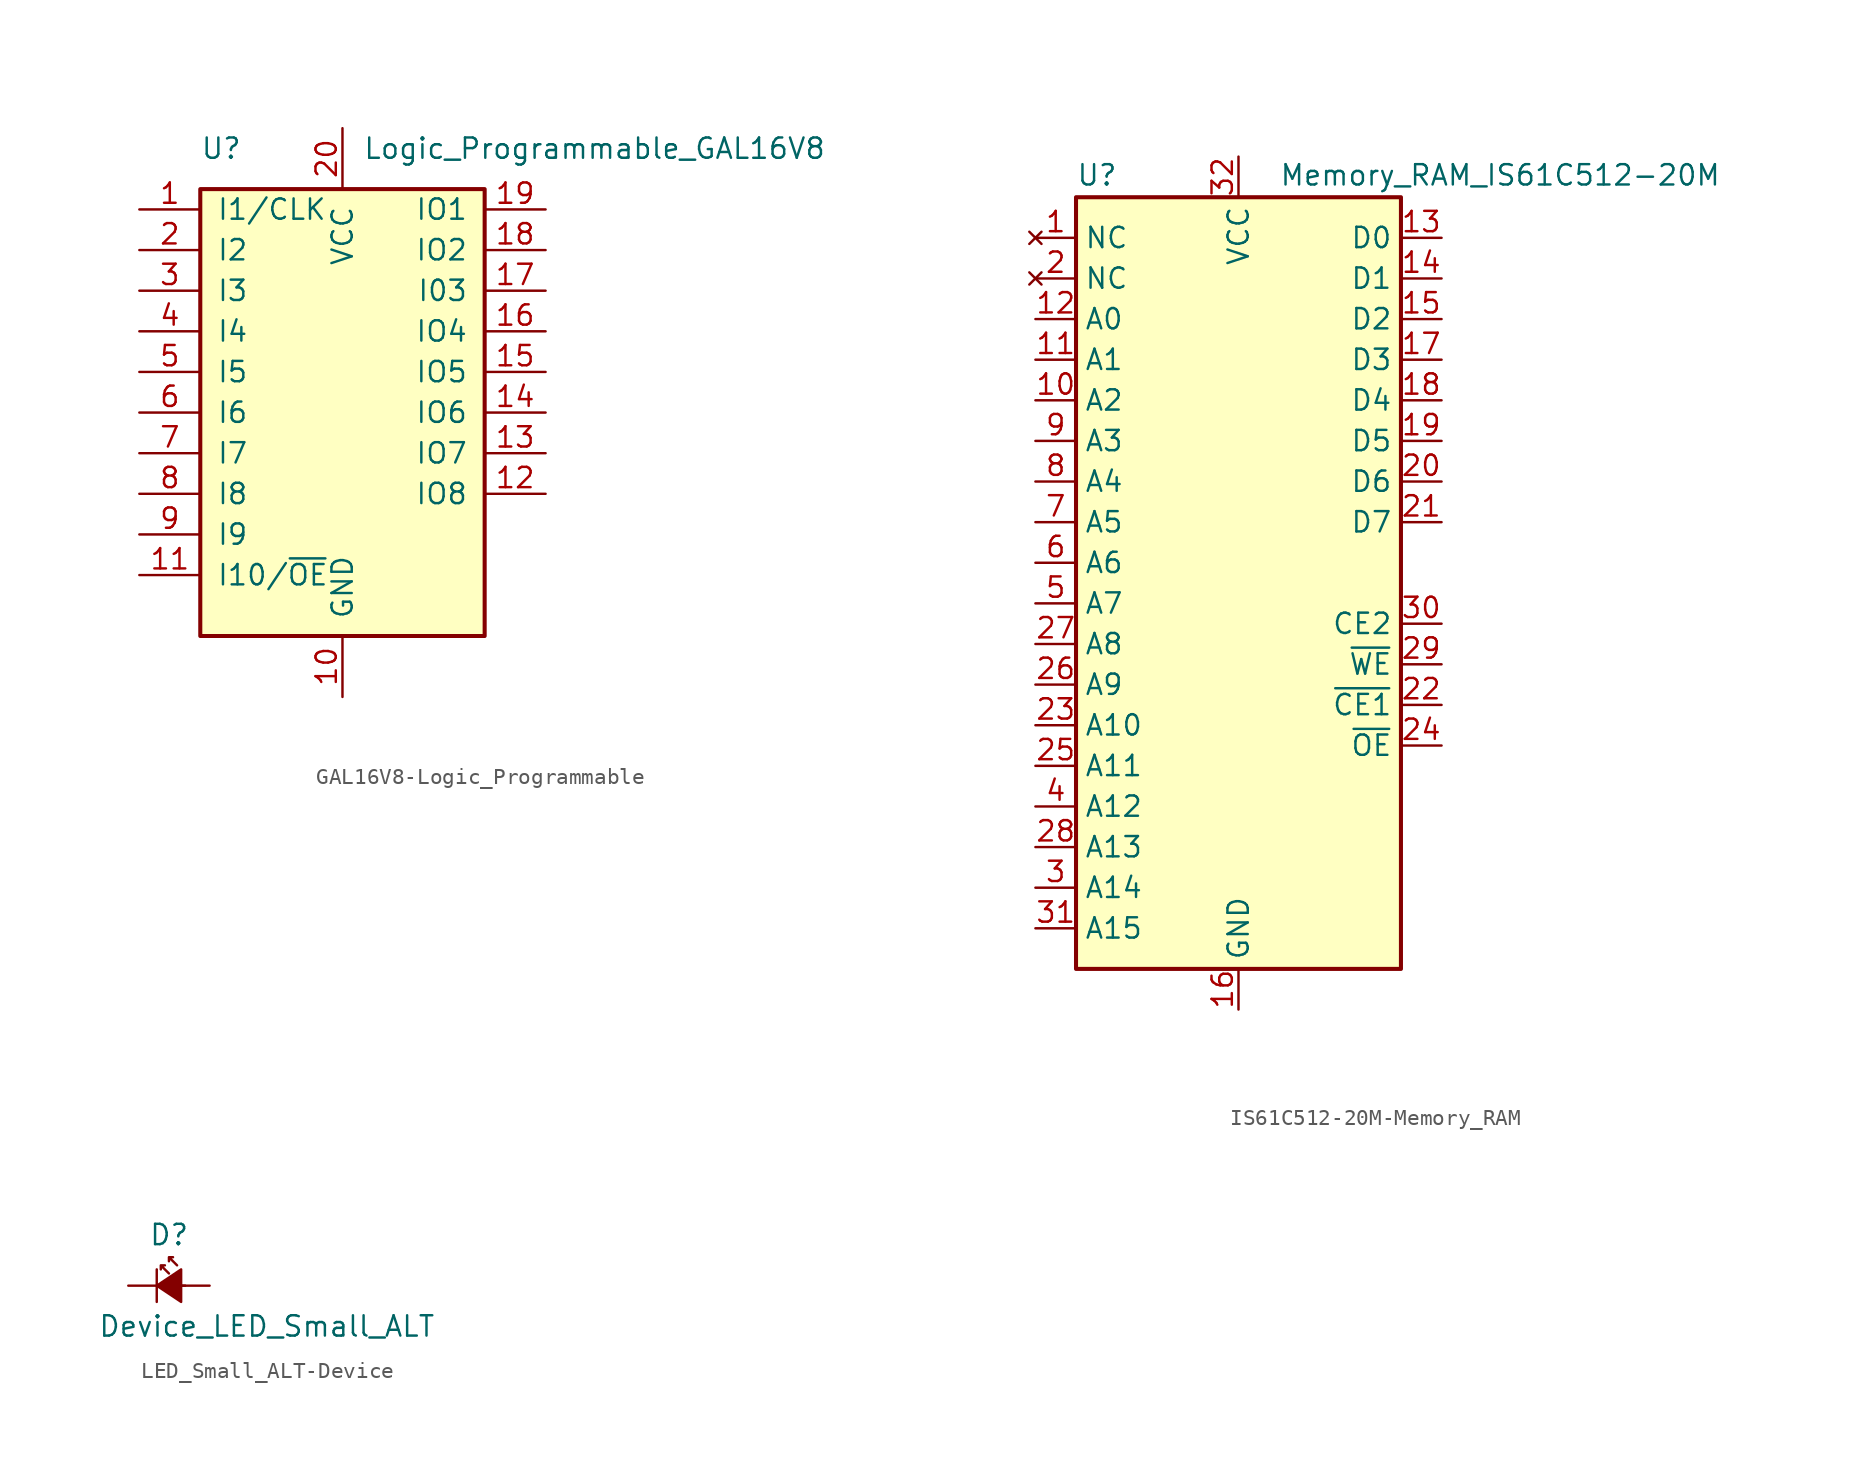
<source format=kicad_sym>
(kicad_symbol_lib
  (version 20220914)
  (generator kicad_symbol_editor)
  (symbol "GAL16V8-Logic_Programmable"
    (pin_names
      (offset 1.016))
    (property "Reference" "U"
      (at -8.89 16.51 0)
      (effects (font (size 1.27 1.27)) (justify left)))
    (property "Value" "Logic_Programmable_GAL16V8"
      (at 1.27 16.51 0)
      (effects (font (size 1.27 1.27)) (justify left)))
    (symbol "GAL16V8-Logic_Programmable_0_0"
      (pin power_in line (at 0 -17.78 90) (length 3.81) (name "GND" (effects (font (size 1.27 1.27)))) (number "10" (effects (font (size 1.27 1.27)))))
      (pin power_in line (at 0 17.78 270) (length 3.81) (name "VCC" (effects (font (size 1.27 1.27)))) (number "20" (effects (font (size 1.27 1.27))))))
    (symbol "GAL16V8-Logic_Programmable_0_1"
      (rectangle (start -8.89 13.97) (end 8.89 -13.97) (stroke (width 0.254) (type solid)) (fill (type background))))
    (symbol "GAL16V8-Logic_Programmable_1_1"
      (pin input line (at -12.7 12.7 0) (length 3.81) (name "I1/CLK" (effects (font (size 1.27 1.27)))) (number "1" (effects (font (size 1.27 1.27)))))
      (pin input line (at -12.7 -10.16 0) (length 3.81) (name "I10/~{OE}" (effects (font (size 1.27 1.27)))) (number "11" (effects (font (size 1.27 1.27)))))
      (pin output line (at 12.7 -5.08 180) (length 3.81) (name "IO8" (effects (font (size 1.27 1.27)))) (number "12" (effects (font (size 1.27 1.27)))))
      (pin output line (at 12.7 -2.54 180) (length 3.81) (name "IO7" (effects (font (size 1.27 1.27)))) (number "13" (effects (font (size 1.27 1.27)))))
      (pin output line (at 12.7 0 180) (length 3.81) (name "IO6" (effects (font (size 1.27 1.27)))) (number "14" (effects (font (size 1.27 1.27)))))
      (pin output line (at 12.7 2.54 180) (length 3.81) (name "IO5" (effects (font (size 1.27 1.27)))) (number "15" (effects (font (size 1.27 1.27)))))
      (pin output line (at 12.7 5.08 180) (length 3.81) (name "IO4" (effects (font (size 1.27 1.27)))) (number "16" (effects (font (size 1.27 1.27)))))
      (pin output line (at 12.7 7.62 180) (length 3.81) (name "I03" (effects (font (size 1.27 1.27)))) (number "17" (effects (font (size 1.27 1.27)))))
      (pin output line (at 12.7 10.16 180) (length 3.81) (name "IO2" (effects (font (size 1.27 1.27)))) (number "18" (effects (font (size 1.27 1.27)))))
      (pin output line (at 12.7 12.7 180) (length 3.81) (name "IO1" (effects (font (size 1.27 1.27)))) (number "19" (effects (font (size 1.27 1.27)))))
      (pin input line (at -12.7 10.16 0) (length 3.81) (name "I2" (effects (font (size 1.27 1.27)))) (number "2" (effects (font (size 1.27 1.27)))))
      (pin input line (at -12.7 7.62 0) (length 3.81) (name "I3" (effects (font (size 1.27 1.27)))) (number "3" (effects (font (size 1.27 1.27)))))
      (pin input line (at -12.7 5.08 0) (length 3.81) (name "I4" (effects (font (size 1.27 1.27)))) (number "4" (effects (font (size 1.27 1.27)))))
      (pin input line (at -12.7 2.54 0) (length 3.81) (name "I5" (effects (font (size 1.27 1.27)))) (number "5" (effects (font (size 1.27 1.27)))))
      (pin input line (at -12.7 0 0) (length 3.81) (name "I6" (effects (font (size 1.27 1.27)))) (number "6" (effects (font (size 1.27 1.27)))))
      (pin input line (at -12.7 -2.54 0) (length 3.81) (name "I7" (effects (font (size 1.27 1.27)))) (number "7" (effects (font (size 1.27 1.27)))))
      (pin input line (at -12.7 -5.08 0) (length 3.81) (name "I8" (effects (font (size 1.27 1.27)))) (number "8" (effects (font (size 1.27 1.27)))))
      (pin input line (at -12.7 -7.62 0) (length 3.81) (name "I9" (effects (font (size 1.27 1.27)))) (number "9" (effects (font (size 1.27 1.27)))))))
  (symbol "IS61C512-20M-Memory_RAM"
    (property "Reference" "U"
      (at -10.16 23.495 0)
      (effects (font (size 1.27 1.27)) (justify left bottom)))
    (property "Value" "Memory_RAM_IS61C512-20M"
      (at 2.54 23.495 0)
      (effects (font (size 1.27 1.27)) (justify left bottom)))
    (symbol "IS61C512-20M-Memory_RAM_0_0"
      (pin power_in line (at 0 -27.94 90) (length 2.54) (name "GND" (effects (font (size 1.27 1.27)))) (number "16" (effects (font (size 1.27 1.27))))))
    (symbol "IS61C512-20M-Memory_RAM_0_1"
      (rectangle (start -10.16 22.86) (end 10.16 -25.4) (stroke (width 0.254) (type solid)) (fill (type background))))
    (symbol "IS61C512-20M-Memory_RAM_1_1"
      (pin no_connect line (at -12.7 20.32 0) (length 2.54) (name "NC" (effects (font (size 1.27 1.27)))) (number "1" (effects (font (size 1.27 1.27)))))
      (pin input line (at -12.7 10.16 0) (length 2.54) (name "A2" (effects (font (size 1.27 1.27)))) (number "10" (effects (font (size 1.27 1.27)))))
      (pin input line (at -12.7 12.7 0) (length 2.54) (name "A1" (effects (font (size 1.27 1.27)))) (number "11" (effects (font (size 1.27 1.27)))))
      (pin input line (at -12.7 15.24 0) (length 2.54) (name "A0" (effects (font (size 1.27 1.27)))) (number "12" (effects (font (size 1.27 1.27)))))
      (pin bidirectional line (at 12.7 20.32 180) (length 2.54) (name "D0" (effects (font (size 1.27 1.27)))) (number "13" (effects (font (size 1.27 1.27)))))
      (pin bidirectional line (at 12.7 17.78 180) (length 2.54) (name "D1" (effects (font (size 1.27 1.27)))) (number "14" (effects (font (size 1.27 1.27)))))
      (pin bidirectional line (at 12.7 15.24 180) (length 2.54) (name "D2" (effects (font (size 1.27 1.27)))) (number "15" (effects (font (size 1.27 1.27)))))
      (pin bidirectional line (at 12.7 12.7 180) (length 2.54) (name "D3" (effects (font (size 1.27 1.27)))) (number "17" (effects (font (size 1.27 1.27)))))
      (pin bidirectional line (at 12.7 10.16 180) (length 2.54) (name "D4" (effects (font (size 1.27 1.27)))) (number "18" (effects (font (size 1.27 1.27)))))
      (pin bidirectional line (at 12.7 7.62 180) (length 2.54) (name "D5" (effects (font (size 1.27 1.27)))) (number "19" (effects (font (size 1.27 1.27)))))
      (pin no_connect line (at -12.7 17.78 0) (length 2.54) (name "NC" (effects (font (size 1.27 1.27)))) (number "2" (effects (font (size 1.27 1.27)))))
      (pin bidirectional line (at 12.7 5.08 180) (length 2.54) (name "D6" (effects (font (size 1.27 1.27)))) (number "20" (effects (font (size 1.27 1.27)))))
      (pin bidirectional line (at 12.7 2.54 180) (length 2.54) (name "D7" (effects (font (size 1.27 1.27)))) (number "21" (effects (font (size 1.27 1.27)))))
      (pin input line (at 12.7 -8.89 180) (length 2.54) (name "~{CE1}" (effects (font (size 1.27 1.27)))) (number "22" (effects (font (size 1.27 1.27)))))
      (pin input line (at -12.7 -10.16 0) (length 2.54) (name "A10" (effects (font (size 1.27 1.27)))) (number "23" (effects (font (size 1.27 1.27)))))
      (pin input line (at 12.7 -11.43 180) (length 2.54) (name "~{OE}" (effects (font (size 1.27 1.27)))) (number "24" (effects (font (size 1.27 1.27)))))
      (pin input line (at -12.7 -12.7 0) (length 2.54) (name "A11" (effects (font (size 1.27 1.27)))) (number "25" (effects (font (size 1.27 1.27)))))
      (pin input line (at -12.7 -7.62 0) (length 2.54) (name "A9" (effects (font (size 1.27 1.27)))) (number "26" (effects (font (size 1.27 1.27)))))
      (pin input line (at -12.7 -5.08 0) (length 2.54) (name "A8" (effects (font (size 1.27 1.27)))) (number "27" (effects (font (size 1.27 1.27)))))
      (pin input line (at -12.7 -17.78 0) (length 2.54) (name "A13" (effects (font (size 1.27 1.27)))) (number "28" (effects (font (size 1.27 1.27)))))
      (pin input line (at 12.7 -6.35 180) (length 2.54) (name "~{WE}" (effects (font (size 1.27 1.27)))) (number "29" (effects (font (size 1.27 1.27)))))
      (pin input line (at -12.7 -20.32 0) (length 2.54) (name "A14" (effects (font (size 1.27 1.27)))) (number "3" (effects (font (size 1.27 1.27)))))
      (pin input line (at 12.7 -3.81 180) (length 2.54) (name "CE2" (effects (font (size 1.27 1.27)))) (number "30" (effects (font (size 1.27 1.27)))))
      (pin input line (at -12.7 -22.86 0) (length 2.54) (name "A15" (effects (font (size 1.27 1.27)))) (number "31" (effects (font (size 1.27 1.27)))))
      (pin power_in line (at 0 25.4 270) (length 2.54) (name "VCC" (effects (font (size 1.27 1.27)))) (number "32" (effects (font (size 1.27 1.27)))))
      (pin input line (at -12.7 -15.24 0) (length 2.54) (name "A12" (effects (font (size 1.27 1.27)))) (number "4" (effects (font (size 1.27 1.27)))))
      (pin input line (at -12.7 -2.54 0) (length 2.54) (name "A7" (effects (font (size 1.27 1.27)))) (number "5" (effects (font (size 1.27 1.27)))))
      (pin input line (at -12.7 0 0) (length 2.54) (name "A6" (effects (font (size 1.27 1.27)))) (number "6" (effects (font (size 1.27 1.27)))))
      (pin input line (at -12.7 2.54 0) (length 2.54) (name "A5" (effects (font (size 1.27 1.27)))) (number "7" (effects (font (size 1.27 1.27)))))
      (pin input line (at -12.7 5.08 0) (length 2.54) (name "A4" (effects (font (size 1.27 1.27)))) (number "8" (effects (font (size 1.27 1.27)))))
      (pin input line (at -12.7 7.62 0) (length 2.54) (name "A3" (effects (font (size 1.27 1.27)))) (number "9" (effects (font (size 1.27 1.27)))))))
  (symbol "LED_Small_ALT-Device"
    (pin_numbers hide)
    (pin_names
      (offset 0.254) hide)
    (property "Reference" "D"
      (at -1.27 3.175 0)
      (effects (font (size 1.27 1.27)) (justify left)))
    (property "Value" "Device_LED_Small_ALT"
      (at -4.445 -2.54 0)
      (effects (font (size 1.27 1.27)) (justify left)))
    (symbol "LED_Small_ALT-Device_0_1"
      (polyline (pts (xy -0.762 -1.016) (xy -0.762 1.016)) (stroke (width 0) (type solid)) (fill (type none)))
      (polyline (pts (xy 1.016 0) (xy -0.762 0)) (stroke (width 0) (type solid)) (fill (type none)))
      (polyline (pts (xy 0.762 -1.016) (xy -0.762 0) (xy 0.762 1.016) (xy 0.762 -1.016)) (stroke (width 0) (type solid)) (fill (type outline)))
      (polyline (pts (xy 0 0.762) (xy -0.508 1.27) (xy -0.254 1.27) (xy -0.508 1.27) (xy -0.508 1.016)) (stroke (width 0) (type solid)) (fill (type none)))
      (polyline (pts (xy 0.508 1.27) (xy 0 1.778) (xy 0.254 1.778) (xy 0 1.778) (xy 0 1.524)) (stroke (width 0) (type solid)) (fill (type none))))
    (symbol "LED_Small_ALT-Device_1_1"
      (pin passive line (at -2.54 0 0) (length 1.778) (name "K" (effects (font (size 1.27 1.27)))) (number "1" (effects (font (size 1.27 1.27)))))
      (pin passive line (at 2.54 0 180) (length 1.778) (name "A" (effects (font (size 1.27 1.27)))) (number "2" (effects (font (size 1.27 1.27))))))))
</source>
